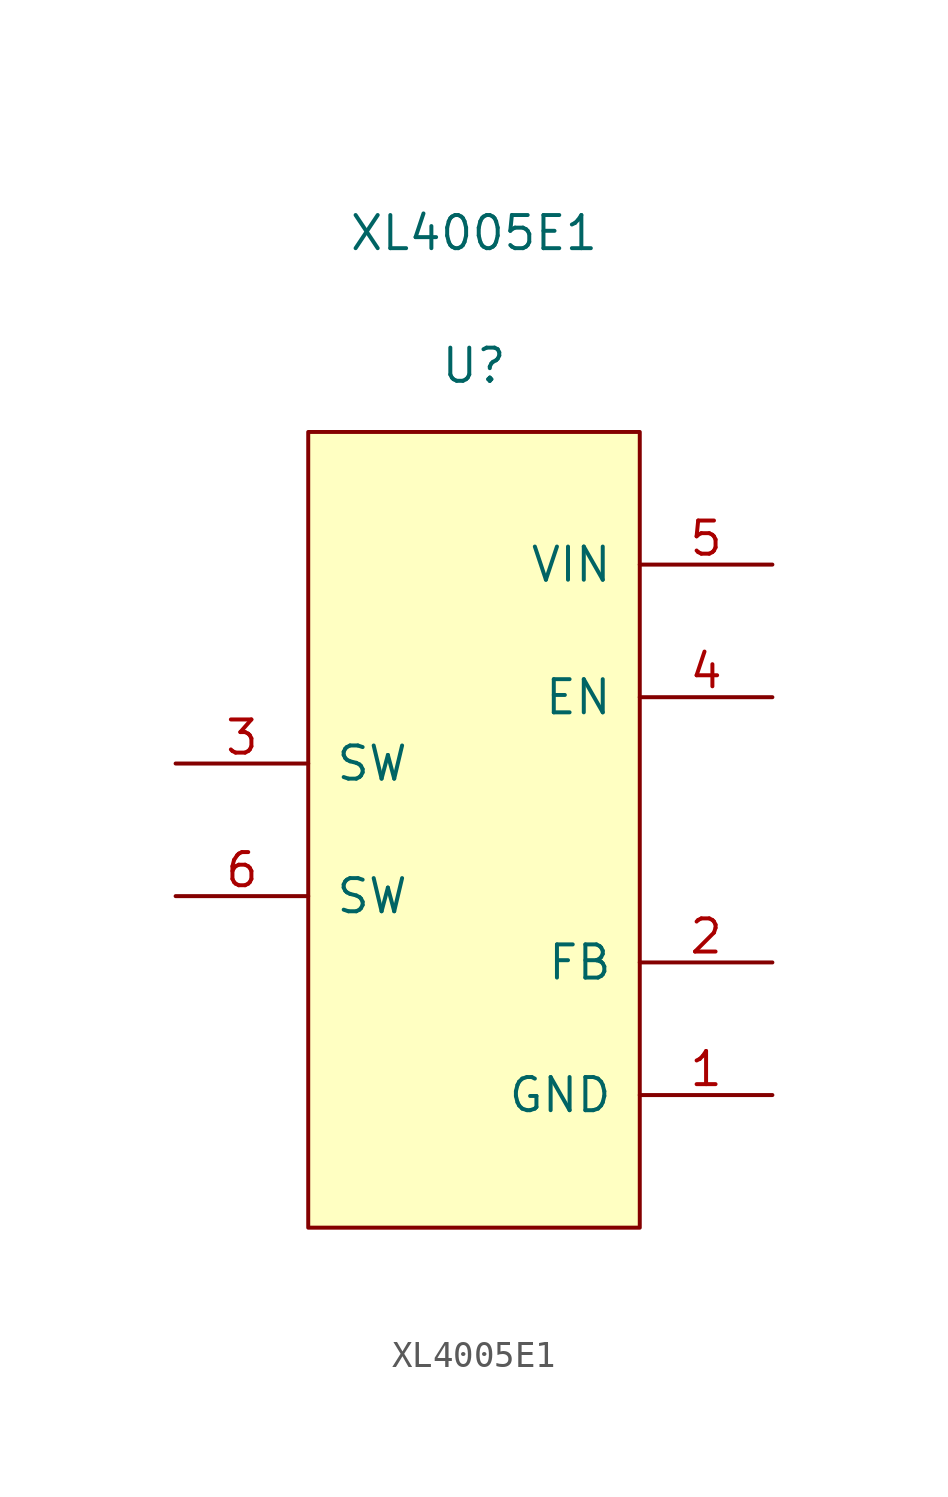
<source format=kicad_sym>
(kicad_symbol_lib
  (version 20211014)
  (generator kicad_symbol_editor)
  (symbol "XL4005E1"
    (pin_names
      (offset 1.016))
    (property "Reference" "U"
      (at 0 17.78 0)
      (effects (font (size 1.27 1.27))))
    (property "Value" "XL4005E1"
      (at 0 22.86 0)
      (effects (font (size 1.27 1.27))))
    (symbol "XL4005E1_1_1"
      (rectangle (start -6.35 15.24) (end 6.35 -15.24) (stroke (width 0.152) (type default) (color 0 0 0 0)) (fill (type background)))
      (pin input line (at 11.43 -10.16 180) (length 5.08) (name "GND" (effects (font (size 1.27 1.27)))) (number "1" (effects (font (size 1.27 1.27)))))
      (pin input line (at 11.43 -5.08 180) (length 5.08) (name "FB" (effects (font (size 1.27 1.27)))) (number "2" (effects (font (size 1.27 1.27)))))
      (pin input line (at -11.43 2.54 0) (length 5.08) (name "SW" (effects (font (size 1.27 1.27)))) (number "3" (effects (font (size 1.27 1.27)))))
      (pin input line (at 11.43 5.08 180) (length 5.08) (name "EN" (effects (font (size 1.27 1.27)))) (number "4" (effects (font (size 1.27 1.27)))))
      (pin input line (at 11.43 10.16 180) (length 5.08) (name "VIN" (effects (font (size 1.27 1.27)))) (number "5" (effects (font (size 1.27 1.27)))))
      (pin input line (at -11.43 -2.54 0) (length 5.08) (name "SW" (effects (font (size 1.27 1.27)))) (number "6" (effects (font (size 1.27 1.27))))))))
</source>
